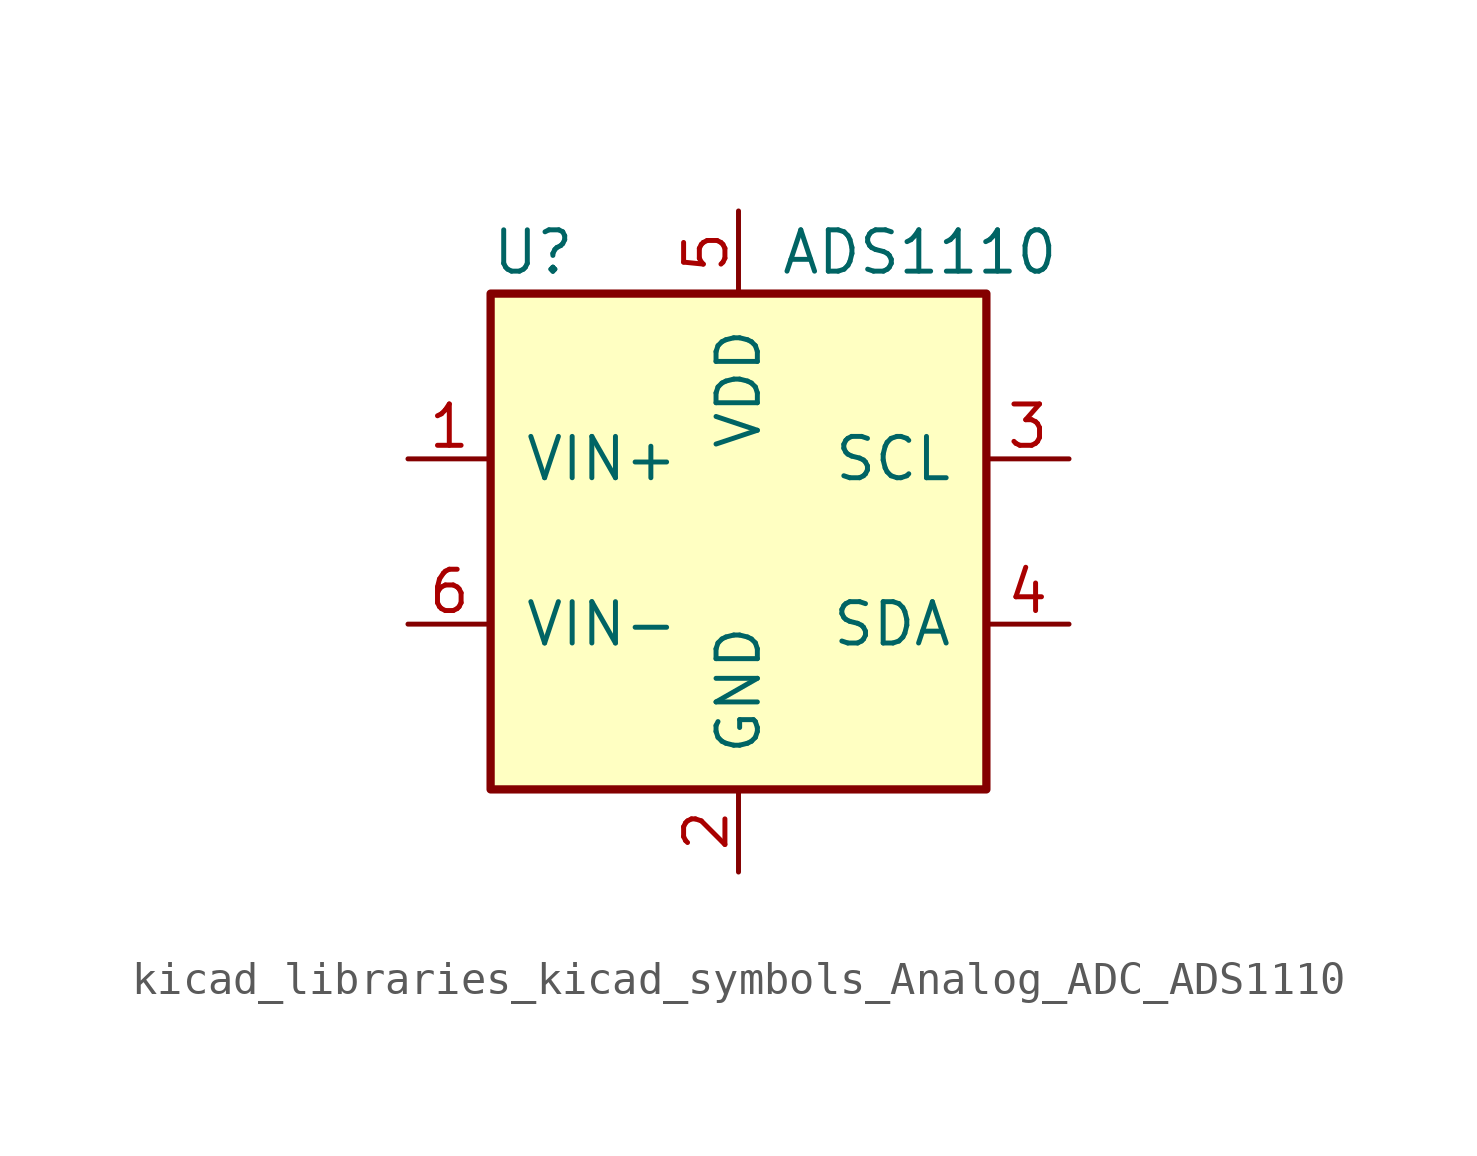
<source format=kicad_sym>
(kicad_symbol_lib
  (version 20220914)
  (generator kicad_symbol_editor)
  (symbol "kicad_libraries_kicad_symbols_Analog_ADC_ADS1110"
    (pin_names
      (offset 1.016))
    (property "Reference" "U"
      (at -7.62 8.89 0)
      (effects (font (size 1.27 1.27)) (justify left)))
    (property "Value" "ADS1110"
      (at 1.27 8.89 0)
      (effects (font (size 1.27 1.27)) (justify left)))
    (symbol "kicad_libraries_kicad_symbols_Analog_ADC_ADS1110_0_1"
      (rectangle (start -7.62 7.62) (end 7.62 -7.62) (stroke (width 0.254) (type default)) (fill (type background))))
    (symbol "kicad_libraries_kicad_symbols_Analog_ADC_ADS1110_1_1"
      (pin input line (at -10.16 2.54 0) (length 2.54) (name "VIN+" (effects (font (size 1.27 1.27)))) (number "1" (effects (font (size 1.27 1.27)))))
      (pin power_in line (at 0 -10.16 90) (length 2.54) (name "GND" (effects (font (size 1.27 1.27)))) (number "2" (effects (font (size 1.27 1.27)))))
      (pin input line (at 10.16 2.54 180) (length 2.54) (name "SCL" (effects (font (size 1.27 1.27)))) (number "3" (effects (font (size 1.27 1.27)))))
      (pin bidirectional line (at 10.16 -2.54 180) (length 2.54) (name "SDA" (effects (font (size 1.27 1.27)))) (number "4" (effects (font (size 1.27 1.27)))))
      (pin power_in line (at 0 10.16 270) (length 2.54) (name "VDD" (effects (font (size 1.27 1.27)))) (number "5" (effects (font (size 1.27 1.27)))))
      (pin input line (at -10.16 -2.54 0) (length 2.54) (name "VIN-" (effects (font (size 1.27 1.27)))) (number "6" (effects (font (size 1.27 1.27))))))))
</source>
